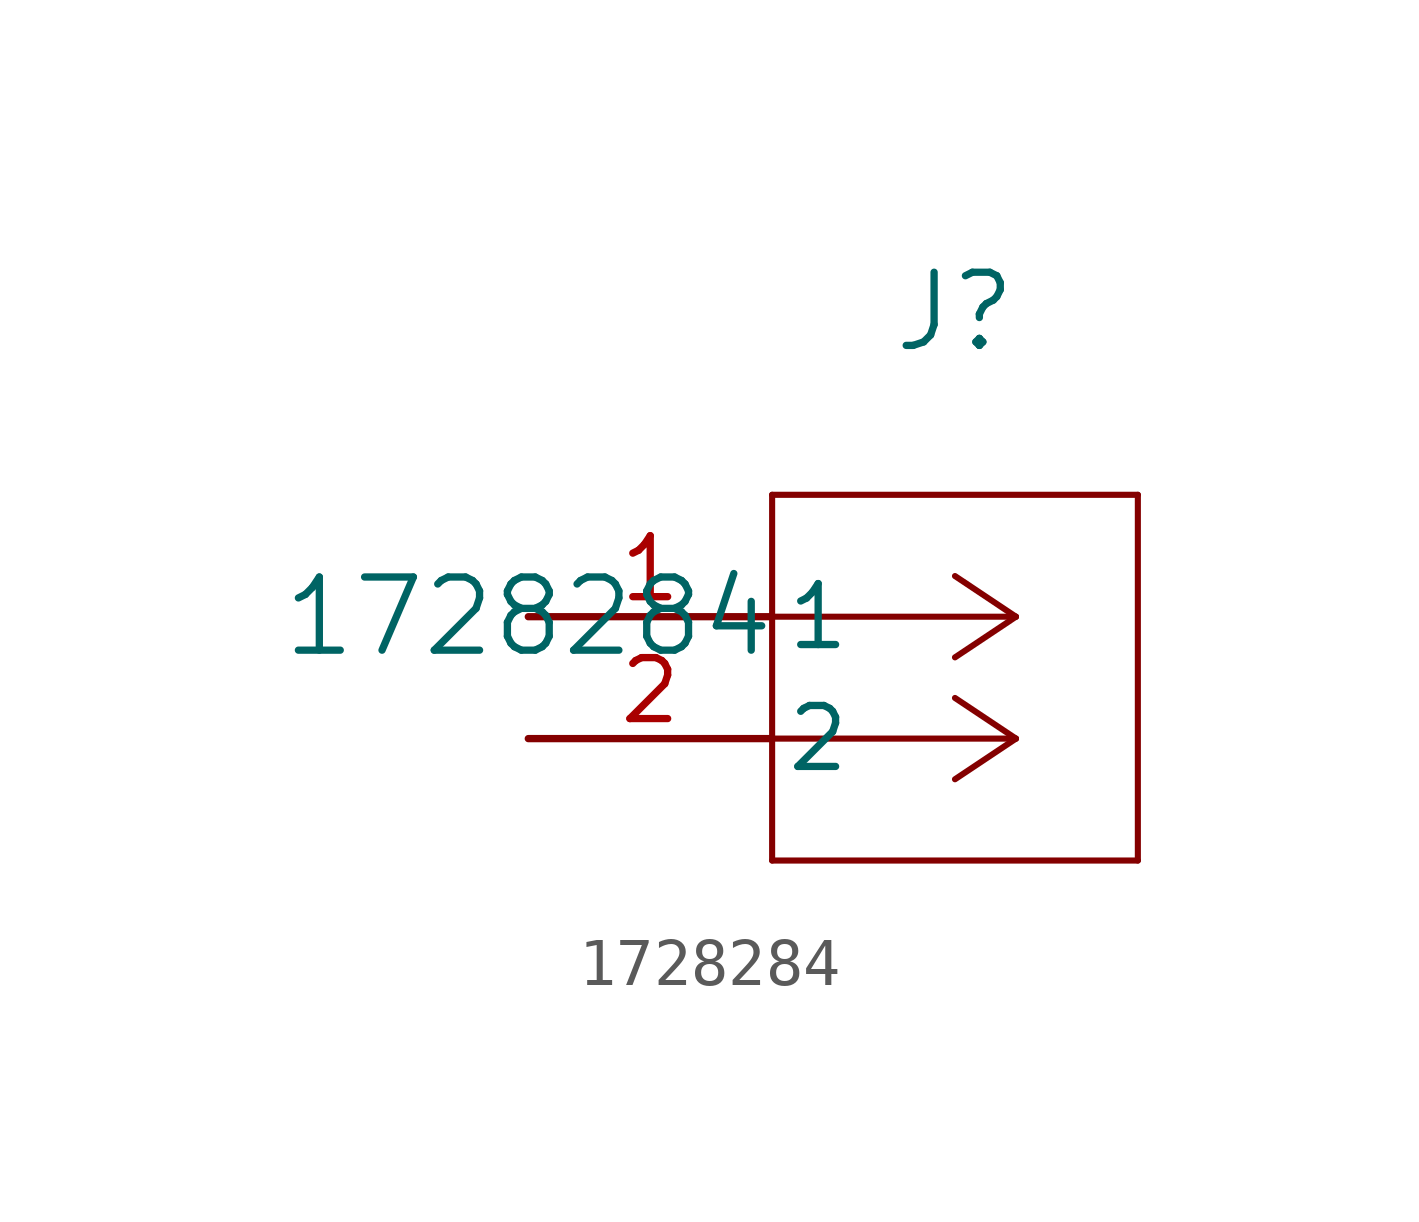
<source format=kicad_sym>
(kicad_symbol_lib
  (version 20211014)
  (generator kicad_symbol_editor)
  (symbol "1728284"
    (pin_names
      (offset 0.254))
    (property "Reference" "J"
      (at 8.89 6.35 0)
      (effects (font (size 1.524 1.524))))
    (property "Value" "1728284"
      (at 0 0 0)
      (effects (font (size 1.524 1.524))))
    (symbol "1728284_0_1"
      (polyline (pts (xy 10.16 0) (xy 5.08 0)) (stroke (width 0.127) (type default) (color 0 0 0 0)) (fill (type none)))
      (polyline (pts (xy 10.16 -2.54) (xy 5.08 -2.54)) (stroke (width 0.127) (type default) (color 0 0 0 0)) (fill (type none)))
      (polyline (pts (xy 10.16 0) (xy 8.89 0.847)) (stroke (width 0.127) (type default) (color 0 0 0 0)) (fill (type none)))
      (polyline (pts (xy 10.16 -2.54) (xy 8.89 -1.693)) (stroke (width 0.127) (type default) (color 0 0 0 0)) (fill (type none)))
      (polyline (pts (xy 10.16 0) (xy 8.89 -0.847)) (stroke (width 0.127) (type default) (color 0 0 0 0)) (fill (type none)))
      (polyline (pts (xy 10.16 -2.54) (xy 8.89 -3.387)) (stroke (width 0.127) (type default) (color 0 0 0 0)) (fill (type none)))
      (polyline (pts (xy 5.08 2.54) (xy 5.08 -5.08)) (stroke (width 0.127) (type default) (color 0 0 0 0)) (fill (type none)))
      (polyline (pts (xy 5.08 -5.08) (xy 12.7 -5.08)) (stroke (width 0.127) (type default) (color 0 0 0 0)) (fill (type none)))
      (polyline (pts (xy 12.7 -5.08) (xy 12.7 2.54)) (stroke (width 0.127) (type default) (color 0 0 0 0)) (fill (type none)))
      (polyline (pts (xy 12.7 2.54) (xy 5.08 2.54)) (stroke (width 0.127) (type default) (color 0 0 0 0)) (fill (type none)))
      (pin unspecified line (at 0 0 0) (length 5.08) (name "1" (effects (font (size 1.27 1.27)))) (number "1" (effects (font (size 1.27 1.27)))))
      (pin unspecified line (at 0 -2.54 0) (length 5.08) (name "2" (effects (font (size 1.27 1.27)))) (number "2" (effects (font (size 1.27 1.27))))))))
</source>
